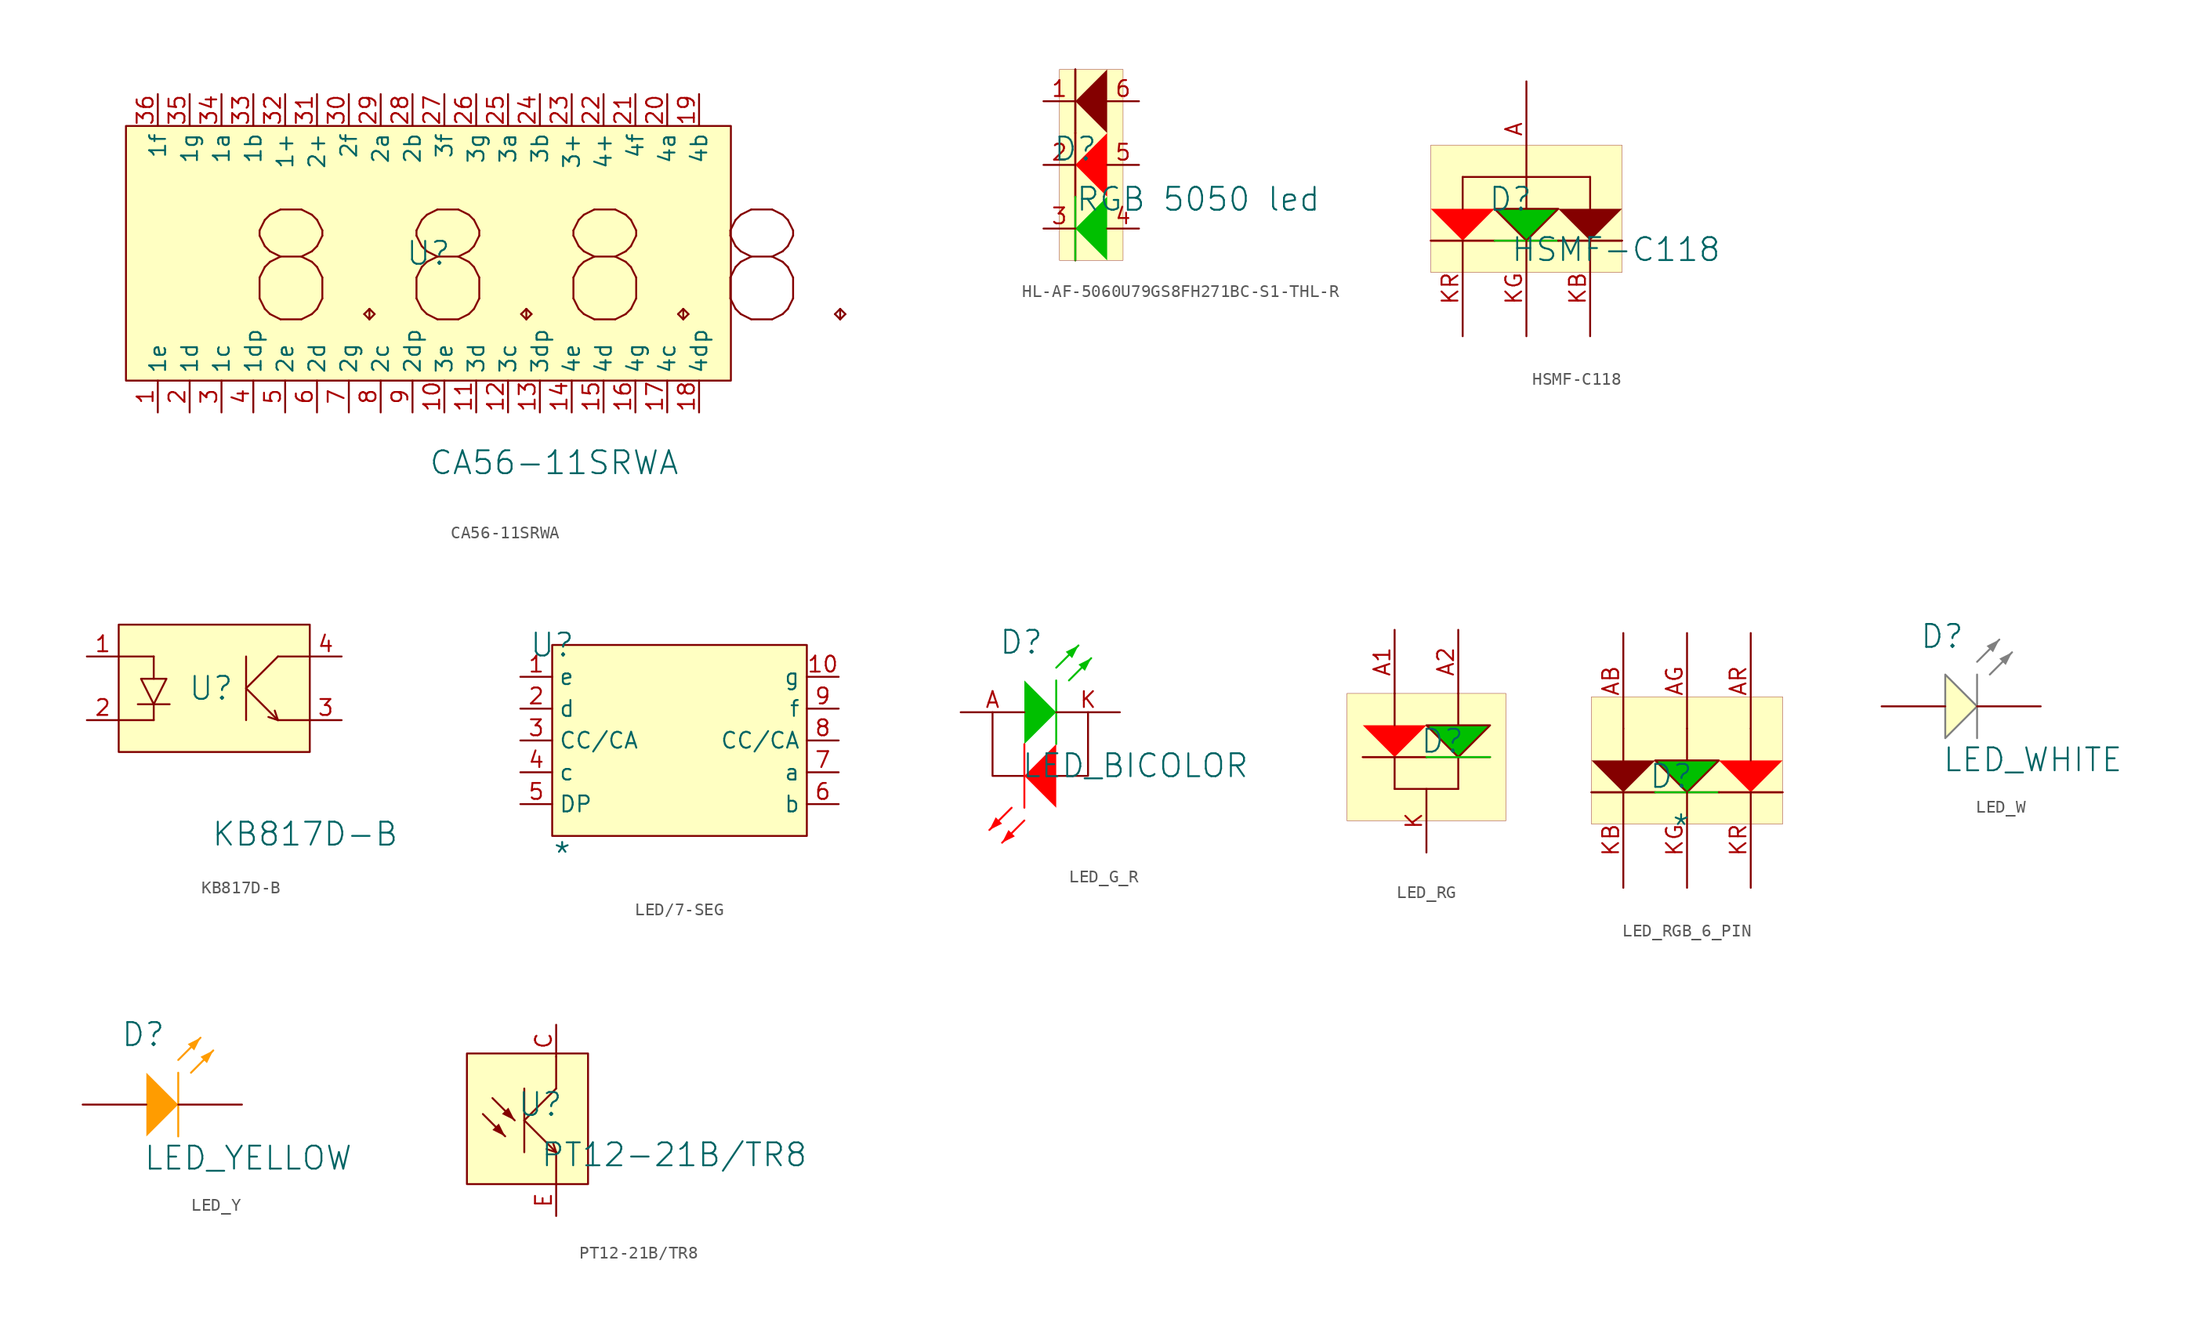
<source format=kicad_sym>
(kicad_symbol_lib
  (version 20241209)
  (generator "kicad_symbol_editor")
  (generator_version "9.0")
  (symbol "CA56-11SRWA"
    (property "Reference" "U"
      (at 0 0 0)
      (effects (font (size 1.829 1.829))))
    (property "Value" "CA56-11SRWA"
      (at 0 -17.78 0)
      (effects (font (size 1.829 1.829)) (justify left bottom)))
    (symbol "CA56-11SRWA_1_0"
      (rectangle (start 24.13 10.16) (end -24.13 -10.16) (stroke (width 0) (type solid) (color 128 0 0 1)) (fill (type background)))
      (text "8.8.8.8." (at -15.24 -6.35 0) (effects (font (size 8.763 8.763)) (justify left bottom)))
      (pin passive line (at -21.59 12.7 270) (length 2.54) (name "1f" (effects (font (size 1.27 1.27)))) (number "36" (effects (font (size 1.27 1.27)))))
      (pin passive line (at -21.59 -12.7 90) (length 2.54) (name "1e" (effects (font (size 1.27 1.27)))) (number "1" (effects (font (size 1.27 1.27)))))
      (pin passive line (at -19.05 12.7 270) (length 2.54) (name "1g" (effects (font (size 1.27 1.27)))) (number "35" (effects (font (size 1.27 1.27)))))
      (pin passive line (at -19.05 -12.7 90) (length 2.54) (name "1d" (effects (font (size 1.27 1.27)))) (number "2" (effects (font (size 1.27 1.27)))))
      (pin passive line (at -16.51 12.7 270) (length 2.54) (name "1a" (effects (font (size 1.27 1.27)))) (number "34" (effects (font (size 1.27 1.27)))))
      (pin passive line (at -16.51 -12.7 90) (length 2.54) (name "1c" (effects (font (size 1.27 1.27)))) (number "3" (effects (font (size 1.27 1.27)))))
      (pin passive line (at -13.97 12.7 270) (length 2.54) (name "1b" (effects (font (size 1.27 1.27)))) (number "33" (effects (font (size 1.27 1.27)))))
      (pin passive line (at -13.97 -12.7 90) (length 2.54) (name "1dp" (effects (font (size 1.27 1.27)))) (number "4" (effects (font (size 1.27 1.27)))))
      (pin passive line (at -11.43 12.7 270) (length 2.54) (name "1+" (effects (font (size 1.27 1.27)))) (number "32" (effects (font (size 1.27 1.27)))))
      (pin passive line (at -11.43 -12.7 90) (length 2.54) (name "2e" (effects (font (size 1.27 1.27)))) (number "5" (effects (font (size 1.27 1.27)))))
      (pin passive line (at -8.89 12.7 270) (length 2.54) (name "2+" (effects (font (size 1.27 1.27)))) (number "31" (effects (font (size 1.27 1.27)))))
      (pin passive line (at -8.89 -12.7 90) (length 2.54) (name "2d" (effects (font (size 1.27 1.27)))) (number "6" (effects (font (size 1.27 1.27)))))
      (pin passive line (at -6.35 12.7 270) (length 2.54) (name "2f" (effects (font (size 1.27 1.27)))) (number "30" (effects (font (size 1.27 1.27)))))
      (pin passive line (at -6.35 -12.7 90) (length 2.54) (name "2g" (effects (font (size 1.27 1.27)))) (number "7" (effects (font (size 1.27 1.27)))))
      (pin passive line (at -3.81 12.7 270) (length 2.54) (name "2a" (effects (font (size 1.27 1.27)))) (number "29" (effects (font (size 1.27 1.27)))))
      (pin passive line (at -3.81 -12.7 90) (length 2.54) (name "2c" (effects (font (size 1.27 1.27)))) (number "8" (effects (font (size 1.27 1.27)))))
      (pin passive line (at -1.27 12.7 270) (length 2.54) (name "2b" (effects (font (size 1.27 1.27)))) (number "28" (effects (font (size 1.27 1.27)))))
      (pin passive line (at -1.27 -12.7 90) (length 2.54) (name "2dp" (effects (font (size 1.27 1.27)))) (number "9" (effects (font (size 1.27 1.27)))))
      (pin passive line (at 1.27 12.7 270) (length 2.54) (name "3f" (effects (font (size 1.27 1.27)))) (number "27" (effects (font (size 1.27 1.27)))))
      (pin passive line (at 1.27 -12.7 90) (length 2.54) (name "3e" (effects (font (size 1.27 1.27)))) (number "10" (effects (font (size 1.27 1.27)))))
      (pin passive line (at 3.81 12.7 270) (length 2.54) (name "3g" (effects (font (size 1.27 1.27)))) (number "26" (effects (font (size 1.27 1.27)))))
      (pin passive line (at 3.81 -12.7 90) (length 2.54) (name "3d" (effects (font (size 1.27 1.27)))) (number "11" (effects (font (size 1.27 1.27)))))
      (pin passive line (at 6.35 12.7 270) (length 2.54) (name "3a" (effects (font (size 1.27 1.27)))) (number "25" (effects (font (size 1.27 1.27)))))
      (pin passive line (at 6.35 -12.7 90) (length 2.54) (name "3c" (effects (font (size 1.27 1.27)))) (number "12" (effects (font (size 1.27 1.27)))))
      (pin passive line (at 8.89 12.7 270) (length 2.54) (name "3b" (effects (font (size 1.27 1.27)))) (number "24" (effects (font (size 1.27 1.27)))))
      (pin passive line (at 8.89 -12.7 90) (length 2.54) (name "3dp" (effects (font (size 1.27 1.27)))) (number "13" (effects (font (size 1.27 1.27)))))
      (pin passive line (at 11.43 12.7 270) (length 2.54) (name "3+" (effects (font (size 1.27 1.27)))) (number "23" (effects (font (size 1.27 1.27)))))
      (pin passive line (at 11.43 -12.7 90) (length 2.54) (name "4e" (effects (font (size 1.27 1.27)))) (number "14" (effects (font (size 1.27 1.27)))))
      (pin passive line (at 13.97 12.7 270) (length 2.54) (name "4+" (effects (font (size 1.27 1.27)))) (number "22" (effects (font (size 1.27 1.27)))))
      (pin passive line (at 13.97 -12.7 90) (length 2.54) (name "4d" (effects (font (size 1.27 1.27)))) (number "15" (effects (font (size 1.27 1.27)))))
      (pin passive line (at 16.51 12.7 270) (length 2.54) (name "4f" (effects (font (size 1.27 1.27)))) (number "21" (effects (font (size 1.27 1.27)))))
      (pin passive line (at 16.51 -12.7 90) (length 2.54) (name "4g" (effects (font (size 1.27 1.27)))) (number "16" (effects (font (size 1.27 1.27)))))
      (pin passive line (at 19.05 12.7 270) (length 2.54) (name "4a" (effects (font (size 1.27 1.27)))) (number "20" (effects (font (size 1.27 1.27)))))
      (pin passive line (at 19.05 -12.7 90) (length 2.54) (name "4c" (effects (font (size 1.27 1.27)))) (number "17" (effects (font (size 1.27 1.27)))))
      (pin passive line (at 21.59 12.7 270) (length 2.54) (name "4b" (effects (font (size 1.27 1.27)))) (number "19" (effects (font (size 1.27 1.27)))))
      (pin passive line (at 21.59 -12.7 90) (length 2.54) (name "4dp" (effects (font (size 1.27 1.27)))) (number "18" (effects (font (size 1.27 1.27)))))))
  (symbol "HL-AF-5060U79GS8FH271BC-S1-THL-R"
    (pin_names
      (hide yes))
    (property "Reference" "D"
      (at -1.27 1.27 0)
      (effects (font (size 1.829 1.829))))
    (property "Value" "RGB 5050 led"
      (at -1.27 -3.81 0)
      (effects (font (size 1.829 1.829)) (justify left bottom)))
    (symbol "HL-AF-5060U79GS8FH271BC-S1-THL-R_1_0"
      (polyline (pts (xy -1.27 7.62) (xy -1.27 2.54)) (stroke (width 0) (type solid)) (fill (type none)))
      (polyline (pts (xy -1.27 2.54) (xy -1.27 7.62)) (stroke (width 0) (type solid)) (fill (type none)))
      (polyline (pts (xy -1.27 2.54) (xy -1.27 -2.54)) (stroke (width 0) (type solid)) (fill (type none)))
      (polyline (pts (xy -1.27 2.54) (xy -1.27 -2.54)) (stroke (width 0) (type solid) (color 255 0 0 1)) (fill (type none)))
      (polyline (pts (xy -1.27 -2.54) (xy -1.27 -7.62)) (stroke (width 0) (type solid)) (fill (type none)))
      (polyline (pts (xy -1.27 -7.62) (xy -1.27 -2.54)) (stroke (width 0) (type solid) (color 0 191 0 1)) (fill (type none)))
      (polyline (pts (xy 1.27 7.62) (xy -1.27 5.08) (xy 1.27 2.54) (xy 1.27 7.62)) (stroke (width -0.0001) (type solid)) (fill (type outline)))
      (polyline (pts (xy 1.27 2.54) (xy -1.27 0) (xy 1.27 -2.54) (xy 1.27 2.54)) (stroke (width -0.0001) (type solid) (color 255 0 0 1)) (fill (type outline)))
      (polyline (pts (xy 1.27 -2.54) (xy -1.27 -5.08) (xy 1.27 -7.62) (xy 1.27 -2.54)) (stroke (width -0.0001) (type solid) (color 0 191 0 1)) (fill (type outline)))
      (rectangle (start 2.54 7.62) (end -2.54 -7.62) (stroke (width 0.025) (type solid) (color 128 0 0 1)) (fill (type background)))
      (pin passive line (at -3.81 5.08 0) (length 2.54) (name "1" (effects (font (size 1.27 1.27)))) (number "1" (effects (font (size 1.27 1.27)))))
      (pin passive line (at -3.81 0 0) (length 2.54) (name "2" (effects (font (size 1.27 1.27)))) (number "2" (effects (font (size 1.27 1.27)))))
      (pin passive line (at -3.81 -5.08 0) (length 2.54) (name "3" (effects (font (size 1.27 1.27)))) (number "3" (effects (font (size 1.27 1.27)))))
      (pin passive line (at 3.81 5.08 180) (length 2.54) (name "6" (effects (font (size 1.27 1.27)))) (number "6" (effects (font (size 1.27 1.27)))))
      (pin passive line (at 3.81 0 180) (length 2.54) (name "5" (effects (font (size 1.27 1.27)))) (number "5" (effects (font (size 1.27 1.27)))))
      (pin passive line (at 3.81 -5.08 180) (length 2.54) (name "4" (effects (font (size 1.27 1.27)))) (number "4" (effects (font (size 1.27 1.27)))))))
  (symbol "HSMF-C118"
    (pin_names
      (hide yes))
    (property "Reference" "D"
      (at -1.27 1.27 0)
      (effects (font (size 1.829 1.829))))
    (property "Value" "HSMF-C118"
      (at -1.27 -3.81 0)
      (effects (font (size 1.829 1.829)) (justify left bottom)))
    (symbol "HSMF-C118_1_0"
      (polyline (pts (xy -7.62 0.508) (xy -5.08 -2.032) (xy -2.54 0.508) (xy -7.62 0.508)) (stroke (width -0.0001) (type solid) (color 255 0 0 1)) (fill (type outline)))
      (polyline (pts (xy -7.62 -2.032) (xy -2.54 -2.032)) (stroke (width 0) (type solid)) (fill (type none)))
      (polyline (pts (xy -7.62 -2.032) (xy -2.54 -2.032)) (stroke (width 0) (type solid) (color 255 0 0 1)) (fill (type none)))
      (polyline (pts (xy -5.08 3.048) (xy -5.08 0.508)) (stroke (width 0) (type solid)) (fill (type none)))
      (polyline (pts (xy -2.54 0.508) (xy 0 -2.032) (xy 2.54 0.508) (xy -2.54 0.508)) (stroke (width -0.0001) (type solid) (color 0 191 0 1)) (fill (type outline)))
      (polyline (pts (xy -2.54 -2.032) (xy 2.54 -2.032)) (stroke (width 0) (type solid)) (fill (type none)))
      (polyline (pts (xy 0 3.048) (xy 0 0.508) (xy -2.54 0.508) (xy 0 -2.032) (xy 2.54 0.508) (xy 0 0.508)) (stroke (width 0) (type solid)) (fill (type none)))
      (polyline (pts (xy 2.54 0.508) (xy 5.08 -2.032) (xy 7.62 0.508) (xy 2.54 0.508)) (stroke (width -0.0001) (type solid)) (fill (type outline)))
      (polyline (pts (xy 2.54 -2.032) (xy -2.54 -2.032)) (stroke (width 0) (type solid) (color 0 191 0 1)) (fill (type none)))
      (polyline (pts (xy 2.54 -2.032) (xy 7.62 -2.032)) (stroke (width 0) (type solid)) (fill (type none)))
      (polyline (pts (xy 5.08 3.048) (xy -5.08 3.048)) (stroke (width 0) (type solid)) (fill (type none)))
      (polyline (pts (xy 5.08 3.048) (xy 5.08 0.508)) (stroke (width 0) (type solid)) (fill (type none)))
      (rectangle (start 7.62 5.588) (end -7.62 -4.572) (stroke (width 0.025) (type solid) (color 128 0 0 1)) (fill (type background)))
      (polyline (pts (xy 7.62 -2.032) (xy 2.54 -2.032)) (stroke (width 0) (type solid)) (fill (type none)))
      (pin passive line (at -5.08 -9.652 90) (length 7.62) (name "KR" (effects (font (size 1.27 1.27)))) (number "KR" (effects (font (size 1.27 1.27)))))
      (pin passive line (at 0 10.668 270) (length 7.62) (name "A+" (effects (font (size 1.27 1.27)))) (number "A" (effects (font (size 1.27 1.27)))))
      (pin passive line (at 0 -9.652 90) (length 7.62) (name "KG" (effects (font (size 1.27 1.27)))) (number "KG" (effects (font (size 1.27 1.27)))))
      (pin passive line (at 5.08 -9.652 90) (length 7.62) (name "KB" (effects (font (size 1.27 1.27)))) (number "KB" (effects (font (size 1.27 1.27)))))))
  (symbol "KB817D-B"
    (pin_names
      (hide yes))
    (property "Reference" "U"
      (at -0.254 0 0)
      (effects (font (size 1.829 1.829))))
    (property "Value" "KB817D-B"
      (at -0.254 -12.7 0)
      (effects (font (size 1.829 1.829)) (justify left bottom)))
    (symbol "KB817D-B_1_0"
      (polyline (pts (xy -7.62 2.54) (xy -4.826 2.54)) (stroke (width 0) (type solid)) (fill (type none)))
      (polyline (pts (xy -7.62 -2.54) (xy -4.826 -2.54)) (stroke (width 0) (type solid)) (fill (type none)))
      (polyline (pts (xy -6.096 -1.27) (xy -3.556 -1.27)) (stroke (width 0) (type solid)) (fill (type none)))
      (polyline (pts (xy -5.842 0.762) (xy -3.81 0.762) (xy -4.826 -1.27) (xy -5.842 0.762)) (stroke (width 0) (type solid)) (fill (type none)))
      (polyline (pts (xy -4.826 0.762) (xy -4.826 2.54)) (stroke (width 0) (type solid)) (fill (type none)))
      (polyline (pts (xy -4.826 -2.54) (xy -4.826 -1.27)) (stroke (width 0) (type solid)) (fill (type none)))
      (polyline (pts (xy 2.54 2.54) (xy 2.54 -2.54)) (stroke (width 0) (type solid)) (fill (type none)))
      (polyline (pts (xy 2.54 0) (xy 5.08 2.54)) (stroke (width 0) (type solid)) (fill (type none)))
      (polyline (pts (xy 2.54 0) (xy 5.08 -2.54)) (stroke (width 0) (type solid)) (fill (type none)))
      (polyline (pts (xy 5.08 -2.54) (xy 4.318 -2.286)) (stroke (width 0) (type solid)) (fill (type none)))
      (polyline (pts (xy 5.08 -2.54) (xy 4.826 -1.778)) (stroke (width 0) (type solid)) (fill (type none)))
      (rectangle (start 7.62 5.08) (end -7.62 -5.08) (stroke (width 0) (type solid) (color 128 0 0 1)) (fill (type background)))
      (polyline (pts (xy 7.62 2.54) (xy 5.08 2.54)) (stroke (width 0) (type solid)) (fill (type none)))
      (polyline (pts (xy 7.62 -2.54) (xy 5.08 -2.54)) (stroke (width 0) (type solid)) (fill (type none)))
      (pin passive line (at -10.16 2.54 0) (length 2.54) (name "A" (effects (font (size 1.27 1.27)))) (number "1" (effects (font (size 1.27 1.27)))))
      (pin passive line (at -10.16 -2.54 0) (length 2.54) (name "K" (effects (font (size 1.27 1.27)))) (number "2" (effects (font (size 1.27 1.27)))))
      (pin passive line (at 10.16 2.54 180) (length 2.54) (name "C" (effects (font (size 1.27 1.27)))) (number "4" (effects (font (size 1.27 1.27)))))
      (pin passive line (at 10.16 -2.54 180) (length 2.54) (name "E" (effects (font (size 1.27 1.27)))) (number "3" (effects (font (size 1.27 1.27)))))))
  (symbol "LED/7-SEG"
    (property "Reference" "U"
      (at 0 0 0)
      (effects (font (size 1.829 1.829))))
    (property "Value" "*"
      (at 0 -17.78 0)
      (effects (font (size 1.829 1.829)) (justify left bottom)))
    (symbol "LED/7-SEG_1_0"
      (rectangle (start 20.32 0) (end 0 -15.24) (stroke (width 0) (type solid) (color 128 0 0 1)) (fill (type background)))
      (pin passive line (at -2.54 -2.54 0) (length 2.54) (name "e" (effects (font (size 1.27 1.27)))) (number "1" (effects (font (size 1.27 1.27)))))
      (pin passive line (at -2.54 -5.08 0) (length 2.54) (name "d" (effects (font (size 1.27 1.27)))) (number "2" (effects (font (size 1.27 1.27)))))
      (pin passive line (at -2.54 -7.62 0) (length 2.54) (name "CC/CA" (effects (font (size 1.27 1.27)))) (number "3" (effects (font (size 1.27 1.27)))))
      (pin passive line (at -2.54 -10.16 0) (length 2.54) (name "c" (effects (font (size 1.27 1.27)))) (number "4" (effects (font (size 1.27 1.27)))))
      (pin passive line (at -2.54 -12.7 0) (length 2.54) (name "DP" (effects (font (size 1.27 1.27)))) (number "5" (effects (font (size 1.27 1.27)))))
      (pin passive line (at 22.86 -2.54 180) (length 2.54) (name "g" (effects (font (size 1.27 1.27)))) (number "10" (effects (font (size 1.27 1.27)))))
      (pin passive line (at 22.86 -5.08 180) (length 2.54) (name "f" (effects (font (size 1.27 1.27)))) (number "9" (effects (font (size 1.27 1.27)))))
      (pin passive line (at 22.86 -7.62 180) (length 2.54) (name "CC/CA" (effects (font (size 1.27 1.27)))) (number "8" (effects (font (size 1.27 1.27)))))
      (pin passive line (at 22.86 -10.16 180) (length 2.54) (name "a" (effects (font (size 1.27 1.27)))) (number "7" (effects (font (size 1.27 1.27)))))
      (pin passive line (at 22.86 -12.7 180) (length 2.54) (name "b" (effects (font (size 1.27 1.27)))) (number "6" (effects (font (size 1.27 1.27)))))))
  (symbol "LED_G_R"
    (pin_names
      (hide yes))
    (property "Reference" "D"
      (at -0.254 3.048 0)
      (effects (font (size 1.829 1.829))))
    (property "Value" "LED_BICOLOR"
      (at -0.254 -7.874 0)
      (effects (font (size 1.829 1.829)) (justify left bottom)))
    (symbol "LED_G_R_1_0"
      (polyline (pts (xy -2.794 -11.938) (xy -1.778 -11.43) (xy -2.286 -10.922) (xy -2.794 -11.938)) (stroke (width -0.0001) (type solid) (color 255 0 0 1)) (fill (type outline)))
      (polyline (pts (xy -1.778 -12.954) (xy -0.762 -12.446) (xy -1.27 -11.938) (xy -1.778 -12.954)) (stroke (width -0.0001) (type solid) (color 255 0 0 1)) (fill (type outline)))
      (polyline (pts (xy -1.016 -10.16) (xy -2.794 -11.938)) (stroke (width 0) (type solid) (color 255 0 0 1)) (fill (type none)))
      (polyline (pts (xy 0 -5.08) (xy 2.54 -2.54) (xy 0 0) (xy 0 -5.08)) (stroke (width -0.0001) (type solid) (color 0 191 0 1)) (fill (type outline)))
      (polyline (pts (xy 0 -7.62) (xy -2.54 -7.62) (xy -2.54 -2.54)) (stroke (width 0) (type solid)) (fill (type none)))
      (polyline (pts (xy 0 -10.16) (xy 0 -5.08)) (stroke (width 0) (type solid) (color 255 0 0 1)) (fill (type none)))
      (polyline (pts (xy 0 -11.176) (xy -1.778 -12.954)) (stroke (width 0) (type solid) (color 255 0 0 1)) (fill (type none)))
      (polyline (pts (xy 2.54 1.016) (xy 4.318 2.794)) (stroke (width 0) (type solid) (color 0 191 0 1)) (fill (type none)))
      (polyline (pts (xy 2.54 0) (xy 2.54 -5.08)) (stroke (width 0) (type solid) (color 0 191 0 1)) (fill (type none)))
      (polyline (pts (xy 2.54 -5.08) (xy 0 -7.62) (xy 2.54 -10.16) (xy 2.54 -5.08)) (stroke (width -0.0001) (type solid) (color 255 0 0 1)) (fill (type outline)))
      (polyline (pts (xy 2.54 -7.62) (xy 5.08 -7.62) (xy 5.08 -2.54)) (stroke (width 0) (type solid)) (fill (type none)))
      (polyline (pts (xy 3.556 0) (xy 5.334 1.778)) (stroke (width 0) (type solid) (color 0 191 0 1)) (fill (type none)))
      (polyline (pts (xy 4.318 2.794) (xy 3.302 2.286) (xy 3.81 1.778) (xy 4.318 2.794)) (stroke (width -0.0001) (type solid) (color 0 191 0 1)) (fill (type outline)))
      (polyline (pts (xy 5.334 1.778) (xy 4.318 1.27) (xy 4.826 0.762) (xy 5.334 1.778)) (stroke (width -0.0001) (type solid) (color 0 191 0 1)) (fill (type outline)))
      (pin passive line (at -5.08 -2.54 0) (length 5.08) (name "A" (effects (font (size 1.27 1.27)))) (number "A" (effects (font (size 1.27 1.27)))))
      (pin passive line (at 7.62 -2.54 180) (length 5.08) (name "K" (effects (font (size 1.27 1.27)))) (number "K" (effects (font (size 1.27 1.27)))))))
  (symbol "LED_RG"
    (pin_names
      (hide yes))
    (property "Reference" "D"
      (at -1.27 1.27 0)
      (effects (font (size 1.829 1.829))))
    (symbol "LED_RG_1_0"
      (polyline (pts (xy -7.62 2.54) (xy -5.08 0) (xy -2.54 2.54) (xy -7.62 2.54)) (stroke (width -0.0001) (type solid) (color 255 0 0 1)) (fill (type outline)))
      (polyline (pts (xy -7.62 0) (xy -2.54 0)) (stroke (width 0) (type solid) (color 255 0 0 1)) (fill (type none)))
      (polyline (pts (xy -7.62 0) (xy -2.54 0)) (stroke (width 0) (type solid)) (fill (type none)))
      (polyline (pts (xy -5.08 5.08) (xy -5.08 2.54)) (stroke (width 0) (type solid)) (fill (type none)))
      (polyline (pts (xy -5.08 -2.54) (xy -5.08 0)) (stroke (width 0) (type solid)) (fill (type none)))
      (polyline (pts (xy -2.54 2.54) (xy 0 0) (xy 2.54 2.54) (xy -2.54 2.54)) (stroke (width -0.0001) (type solid) (color 0 191 0 1)) (fill (type outline)))
      (polyline (pts (xy -2.54 0) (xy 2.54 0)) (stroke (width 0) (type solid)) (fill (type none)))
      (polyline (pts (xy 0 5.08) (xy 0 2.54) (xy -2.54 2.54) (xy 0 0) (xy 2.54 2.54) (xy 0 2.54)) (stroke (width 0) (type solid)) (fill (type none)))
      (polyline (pts (xy 0 -2.54) (xy -5.08 -2.54)) (stroke (width 0) (type solid)) (fill (type none)))
      (polyline (pts (xy 0 -2.54) (xy 0 0)) (stroke (width 0) (type solid)) (fill (type none)))
      (polyline (pts (xy 2.54 0) (xy -2.54 0)) (stroke (width 0) (type solid) (color 0 191 0 1)) (fill (type none)))
      (rectangle (start 3.81 5.08) (end -8.89 -5.08) (stroke (width 0.025) (type solid) (color 128 0 0 1)) (fill (type background)))
      (pin passive line (at -5.08 10.16 270) (length 5.08) (name "R" (effects (font (size 1.27 1.27)))) (number "A1" (effects (font (size 1.27 1.27)))))
      (pin passive line (at -2.54 -7.62 90) (length 5.08) (name "K" (effects (font (size 1.27 1.27)))) (number "K" (effects (font (size 1.27 1.27)))))
      (pin passive line (at 0 10.16 270) (length 5.08) (name "G" (effects (font (size 1.27 1.27)))) (number "A2" (effects (font (size 1.27 1.27)))))))
  (symbol "LED_RGB_6_PIN"
    (pin_names
      (hide yes))
    (property "Reference" "D"
      (at -1.27 1.27 0)
      (effects (font (size 1.829 1.829))))
    (property "Value" "*"
      (at -1.27 -3.81 0)
      (effects (font (size 1.829 1.829)) (justify left bottom)))
    (symbol "LED_RGB_6_PIN_1_0"
      (polyline (pts (xy -7.62 2.54) (xy -5.08 0) (xy -2.54 2.54) (xy -7.62 2.54)) (stroke (width -0.0001) (type solid)) (fill (type outline)))
      (polyline (pts (xy -7.62 0) (xy -2.54 0)) (stroke (width 0) (type solid)) (fill (type none)))
      (polyline (pts (xy -5.08 5.08) (xy -5.08 2.54)) (stroke (width 0) (type solid)) (fill (type none)))
      (polyline (pts (xy -2.54 2.54) (xy 0 0) (xy 2.54 2.54) (xy -2.54 2.54)) (stroke (width -0.0001) (type solid) (color 0 191 0 1)) (fill (type outline)))
      (polyline (pts (xy -2.54 0) (xy -7.62 0)) (stroke (width 0) (type solid)) (fill (type none)))
      (polyline (pts (xy -2.54 0) (xy 2.54 0)) (stroke (width 0) (type solid)) (fill (type none)))
      (polyline (pts (xy 0 5.08) (xy 0 2.54) (xy -2.54 2.54) (xy 0 0) (xy 2.54 2.54) (xy 0 2.54)) (stroke (width 0) (type solid)) (fill (type none)))
      (polyline (pts (xy 2.54 2.54) (xy 5.08 0) (xy 7.62 2.54) (xy 2.54 2.54)) (stroke (width -0.0001) (type solid) (color 255 0 0 1)) (fill (type outline)))
      (polyline (pts (xy 2.54 0) (xy -2.54 0)) (stroke (width 0) (type solid) (color 0 191 0 1)) (fill (type none)))
      (polyline (pts (xy 2.54 0) (xy 7.62 0)) (stroke (width 0) (type solid)) (fill (type none)))
      (polyline (pts (xy 2.54 0) (xy 7.62 0)) (stroke (width 0) (type solid) (color 255 0 0 1)) (fill (type none)))
      (polyline (pts (xy 5.08 5.08) (xy 5.08 2.54)) (stroke (width 0) (type solid)) (fill (type none)))
      (rectangle (start 7.62 7.62) (end -7.62 -2.54) (stroke (width 0.025) (type solid) (color 128 0 0 1)) (fill (type background)))
      (pin passive line (at -5.08 12.7 270) (length 7.62) (name "A" (effects (font (size 1.27 1.27)))) (number "AB" (effects (font (size 1.27 1.27)))))
      (pin passive line (at -5.08 -7.62 90) (length 7.62) (name "R" (effects (font (size 1.27 1.27)))) (number "KB" (effects (font (size 1.27 1.27)))))
      (pin passive line (at 0 12.7 270) (length 7.62) (name "A" (effects (font (size 1.27 1.27)))) (number "AG" (effects (font (size 1.27 1.27)))))
      (pin passive line (at 0 -7.62 90) (length 7.62) (name "G" (effects (font (size 1.27 1.27)))) (number "KG" (effects (font (size 1.27 1.27)))))
      (pin passive line (at 5.08 12.7 270) (length 7.62) (name "A" (effects (font (size 1.27 1.27)))) (number "AR" (effects (font (size 1.27 1.27)))))
      (pin passive line (at 5.08 -7.62 90) (length 7.62) (name "B" (effects (font (size 1.27 1.27)))) (number "KR" (effects (font (size 1.27 1.27)))))))
  (symbol "LED_W"
    (pin_numbers
      (hide yes))
    (pin_names
      (hide yes))
    (property "Reference" "D"
      (at -0.254 3.048 0)
      (effects (font (size 1.829 1.829))))
    (property "Value" "LED_WHITE"
      (at -0.254 -7.874 0)
      (effects (font (size 1.829 1.829)) (justify left bottom)))
    (symbol "LED_W_1_0"
      (polyline (pts (xy 0 -5.08) (xy 2.54 -2.54) (xy 0 0) (xy 0 -5.08)) (stroke (width 0) (type solid) (color 128 128 128 1)) (fill (type background)))
      (polyline (pts (xy 2.54 1.016) (xy 4.318 2.794)) (stroke (width 0) (type solid) (color 128 128 128 1)) (fill (type none)))
      (polyline (pts (xy 2.54 0) (xy 2.54 -5.08)) (stroke (width 0) (type solid) (color 128 128 128 1)) (fill (type none)))
      (polyline (pts (xy 3.556 0) (xy 5.334 1.778)) (stroke (width 0) (type solid) (color 128 128 128 1)) (fill (type none)))
      (polyline (pts (xy 4.318 2.794) (xy 3.302 2.286) (xy 3.81 1.778) (xy 4.318 2.794)) (stroke (width -0.0001) (type solid) (color 128 128 128 1)) (fill (type outline)))
      (polyline (pts (xy 5.334 1.778) (xy 4.318 1.27) (xy 4.826 0.762) (xy 5.334 1.778)) (stroke (width -0.0001) (type solid) (color 128 128 128 1)) (fill (type outline)))
      (pin passive line (at -5.08 -2.54 0) (length 5.08) (name "A" (effects (font (size 1.27 1.27)))) (number "A" (effects (font (size 1.27 1.27)))))
      (pin passive line (at 7.62 -2.54 180) (length 5.08) (name "K" (effects (font (size 1.27 1.27)))) (number "K" (effects (font (size 1.27 1.27)))))))
  (symbol "LED_Y"
    (pin_numbers
      (hide yes))
    (pin_names
      (hide yes))
    (property "Reference" "D"
      (at -0.254 3.048 0)
      (effects (font (size 1.829 1.829))))
    (property "Value" "LED_YELLOW"
      (at -0.254 -7.874 0)
      (effects (font (size 1.829 1.829)) (justify left bottom)))
    (symbol "LED_Y_1_0"
      (polyline (pts (xy 0 -5.08) (xy 2.54 -2.54) (xy 0 0) (xy 0 -5.08)) (stroke (width -0.0001) (type solid) (color 255 156 0 1)) (fill (type outline)))
      (polyline (pts (xy 2.54 1.016) (xy 4.318 2.794)) (stroke (width 0) (type solid) (color 255 156 0 1)) (fill (type none)))
      (polyline (pts (xy 2.54 0) (xy 2.54 -5.08)) (stroke (width 0) (type solid) (color 255 156 0 1)) (fill (type none)))
      (polyline (pts (xy 3.556 0) (xy 5.334 1.778)) (stroke (width 0) (type solid) (color 255 156 0 1)) (fill (type none)))
      (polyline (pts (xy 4.318 2.794) (xy 3.302 2.286) (xy 3.81 1.778) (xy 4.318 2.794)) (stroke (width -0.0001) (type solid) (color 255 156 0 1)) (fill (type outline)))
      (polyline (pts (xy 5.334 1.778) (xy 4.318 1.27) (xy 4.826 0.762) (xy 5.334 1.778)) (stroke (width -0.0001) (type solid) (color 255 156 0 1)) (fill (type outline)))
      (pin passive line (at -5.08 -2.54 0) (length 5.08) (name "A" (effects (font (size 1.27 1.27)))) (number "A" (effects (font (size 1.27 1.27)))))
      (pin passive line (at 7.62 -2.54 180) (length 5.08) (name "K" (effects (font (size 1.27 1.27)))) (number "K" (effects (font (size 1.27 1.27)))))))
  (symbol "PT12-21B/TR8"
    (pin_names
      (hide yes))
    (property "Reference" "U"
      (at -1.27 1.27 0)
      (effects (font (size 1.829 1.829))))
    (property "Value" "PT12-21B/TR8"
      (at -1.27 -3.81 0)
      (effects (font (size 1.829 1.829)) (justify left bottom)))
    (symbol "PT12-21B/TR8_1_0"
      (polyline (pts (xy -5.842 0.508) (xy -4.064 -1.27)) (stroke (width 0) (type solid)) (fill (type none)))
      (polyline (pts (xy -5.08 1.778) (xy -3.302 0)) (stroke (width 0) (type solid)) (fill (type none)))
      (polyline (pts (xy -4.064 -1.27) (xy -5.08 -0.762) (xy -4.572 -0.254) (xy -4.064 -1.27)) (stroke (width -0.0001) (type solid)) (fill (type outline)))
      (polyline (pts (xy -3.302 0) (xy -4.318 0.508) (xy -3.81 1.016) (xy -3.302 0)) (stroke (width -0.0001) (type solid)) (fill (type outline)))
      (polyline (pts (xy -2.54 0) (xy 0 2.54)) (stroke (width 0) (type solid)) (fill (type none)))
      (polyline (pts (xy -2.54 0) (xy 0 -2.54)) (stroke (width 0) (type solid)) (fill (type none)))
      (polyline (pts (xy -2.54 -2.54) (xy -2.54 2.54)) (stroke (width 0) (type solid)) (fill (type none)))
      (polyline (pts (xy 0 5.08) (xy 0 2.54)) (stroke (width 0) (type solid)) (fill (type none)))
      (polyline (pts (xy 0 -2.54) (xy -0.762 -2.286)) (stroke (width 0) (type solid)) (fill (type none)))
      (polyline (pts (xy 0 -2.54) (xy -0.254 -1.778)) (stroke (width 0) (type solid)) (fill (type none)))
      (polyline (pts (xy 0 -2.54) (xy 0 -5.08)) (stroke (width 0) (type solid)) (fill (type none)))
      (rectangle (start 2.54 5.334) (end -7.112 -5.08) (stroke (width 0) (type solid) (color 128 0 0 1)) (fill (type background)))
      (pin passive line (at 0 7.62 270) (length 2.54) (name "C" (effects (font (size 1.27 1.27)))) (number "C" (effects (font (size 1.27 1.27)))))
      (pin passive line (at 0 -7.62 90) (length 2.54) (name "E" (effects (font (size 1.27 1.27)))) (number "E" (effects (font (size 1.27 1.27))))))))
</source>
